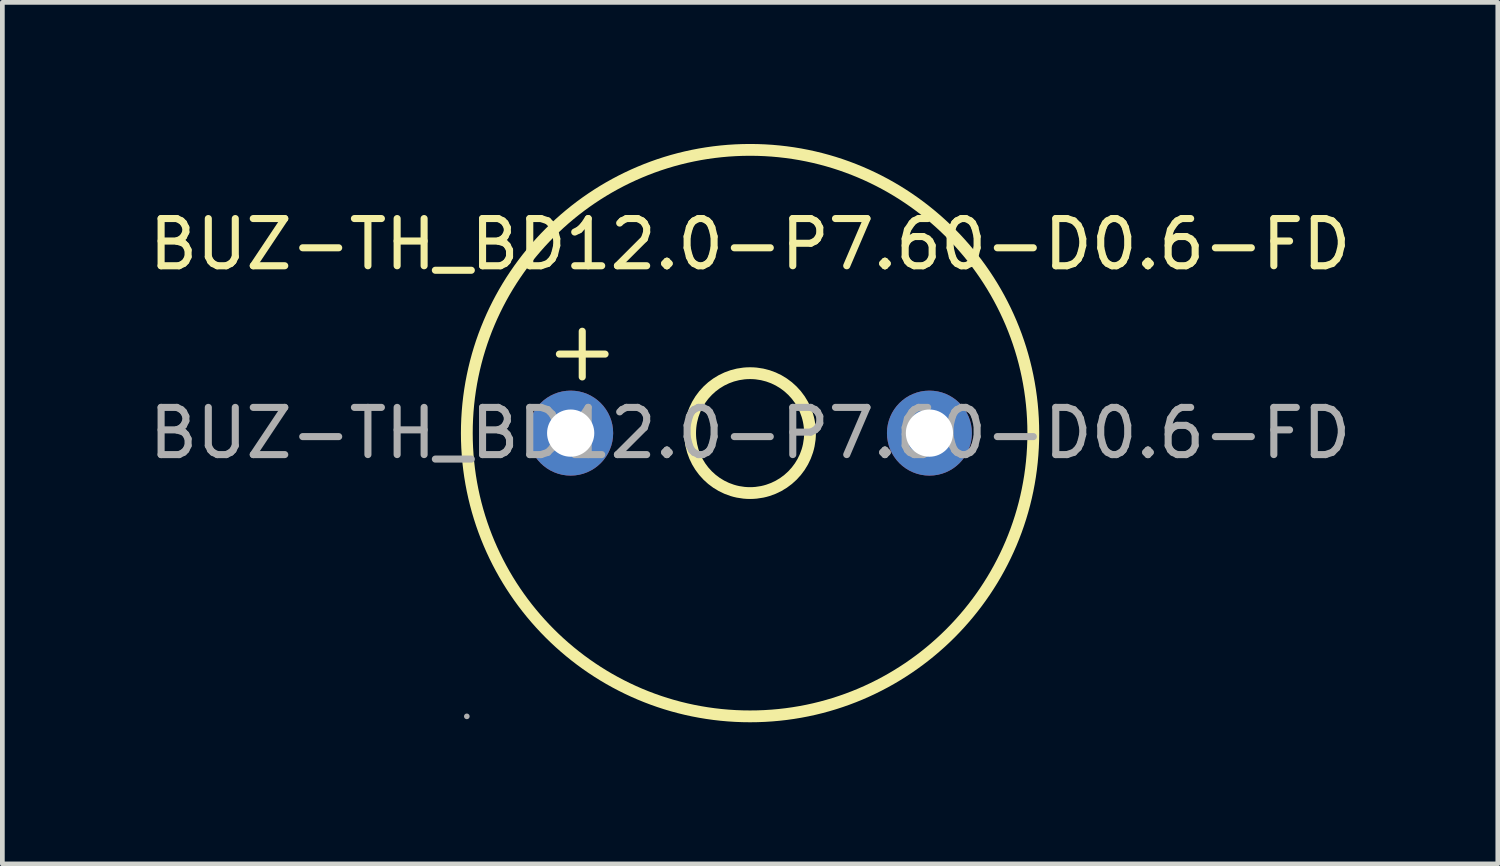
<source format=kicad_pcb>
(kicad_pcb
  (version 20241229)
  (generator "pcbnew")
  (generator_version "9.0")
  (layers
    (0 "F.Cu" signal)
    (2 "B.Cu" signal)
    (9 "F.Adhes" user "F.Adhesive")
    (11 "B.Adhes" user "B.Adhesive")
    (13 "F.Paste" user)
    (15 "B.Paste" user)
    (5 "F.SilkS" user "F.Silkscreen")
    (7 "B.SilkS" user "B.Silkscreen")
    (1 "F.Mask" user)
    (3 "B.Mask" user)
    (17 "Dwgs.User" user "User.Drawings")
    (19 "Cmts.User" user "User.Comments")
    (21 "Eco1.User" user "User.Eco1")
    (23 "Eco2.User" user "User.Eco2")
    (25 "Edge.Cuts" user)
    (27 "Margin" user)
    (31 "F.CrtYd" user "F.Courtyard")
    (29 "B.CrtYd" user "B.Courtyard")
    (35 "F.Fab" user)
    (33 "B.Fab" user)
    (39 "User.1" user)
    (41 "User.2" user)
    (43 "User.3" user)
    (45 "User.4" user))
  (footprint "BUZ-TH_BD12.0-P7.60-D0.6-FD"
    (layer "F.Cu")
    (at 12.839 6.125)
    (property "Reference" "BUZ-TH_BD12.0-P7.60-D0.6-FD" (at 0 -4 0) (layer "F.SilkS") (effects (font (size 1 1) (thickness 0.15))))
    (attr smd)
    (fp_circle (center 0 0) (end 1.27 0) (stroke (width 0.25) (type solid)) (fill no) (layer "F.SilkS"))
    (fp_circle (center 0 0) (end 6 0) (stroke (width 0.25) (type solid)) (fill no) (layer "F.SilkS"))
    (fp_circle (center -6 6) (end -5.97 6) (stroke (width 0.06) (type solid)) (fill no) (layer "F.Fab"))
    (fp_circle (center -3.8 0) (end -3.65 0) (stroke (width 0.3) (type solid)) (fill no) (layer "F.Fab"))
    (fp_circle (center 3.8 0) (end 3.95 0) (stroke (width 0.3) (type solid)) (fill no) (layer "F.Fab"))
    (fp_text user "+" (at -4.44 -1.77 0) (layer "F.SilkS") (effects (font (size 1.27 1.27) (thickness 0.15)) (justify left)))
    (fp_text user "${REFERENCE}" (at 0 0 0) (layer "F.Fab") (effects (font (size 1 1) (thickness 0.15))))
    (pad "1" thru_hole circle (at -3.8 0) (size 1.8 1.8) (drill 1) (layers "*.Cu" "*.Paste" "*.Mask"))
    (pad "2" thru_hole circle (at 3.8 0) (size 1.8 1.8) (drill 1) (layers "*.Cu" "*.Paste" "*.Mask")))
  (gr_rect
    (start -3 -3)
    (end 28.679 15.25)
    (stroke (width 0.1) (type default))
    (fill no)
    (layer "Edge.Cuts")))
</source>
